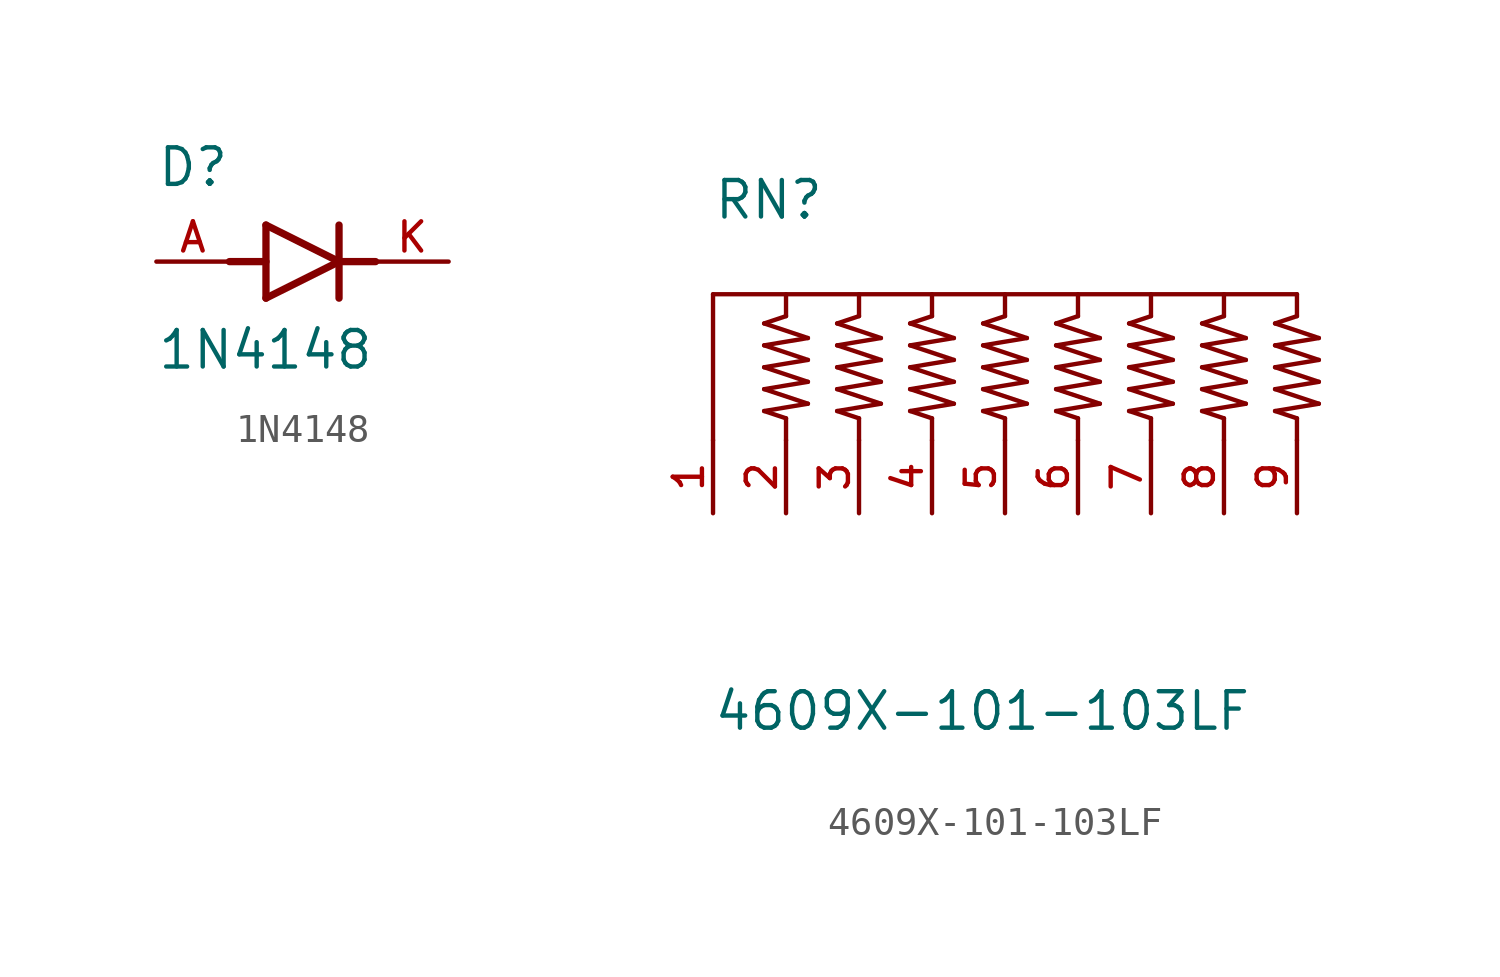
<source format=kicad_sym>
(kicad_symbol_lib
  (version 20211014)
  (generator SamacSys_ECAD_Model)
  (symbol "1N4148"
    (pin_names
      (offset 1.016))
    (property "Reference" "D"
      (at -5.08 2.54 0)
      (effects (font (size 1.27 1.27)) (justify left bottom)))
    (property "Value" "1N4148"
      (at -5.08 -3.81 0)
      (effects (font (size 1.27 1.27)) (justify left bottom)))
    (symbol "1N4148_0_0"
      (polyline (pts (xy -2.54 0) (xy -1.27 0)) (stroke (width 0.254) (type default)) (fill (type none)))
      (polyline (pts (xy -1.27 1.27) (xy -1.27 -1.27)) (stroke (width 0.254) (type default)) (fill (type none)))
      (polyline (pts (xy -1.27 -1.27) (xy 1.27 0)) (stroke (width 0.254) (type default)) (fill (type none)))
      (polyline (pts (xy 1.27 1.27) (xy 1.27 -1.27)) (stroke (width 0.254) (type default)) (fill (type none)))
      (polyline (pts (xy 1.27 0) (xy -1.27 1.27)) (stroke (width 0.254) (type default)) (fill (type none)))
      (polyline (pts (xy 1.27 0) (xy 2.54 0)) (stroke (width 0.254) (type default)) (fill (type none)))
      (pin passive line (at -5.08 0 0) (length 2.54) (name "~" (effects (font (size 1.016 1.016)))) (number "A" (effects (font (size 1.016 1.016)))))
      (pin passive line (at 5.08 0 180) (length 2.54) (name "~" (effects (font (size 1.016 1.016)))) (number "K" (effects (font (size 1.016 1.016)))))))
  (symbol "4609X-101-103LF"
    (pin_names
      (offset 1.016))
    (property "Reference" "RN"
      (at -10.164 7.622 0)
      (effects (font (size 1.27 1.27)) (justify left bottom)))
    (property "Value" "4609X-101-103LF"
      (at -10.17 -10.167 0)
      (effects (font (size 1.27 1.27)) (justify left bottom)))
    (symbol "4609X-101-103LF_0_0"
      (polyline (pts (xy -10.16 5.08) (xy 10.16 5.08)) (stroke (width 0.152) (type default)) (fill (type none)))
      (polyline (pts (xy -10.16 0) (xy -10.16 5.08)) (stroke (width 0.152) (type default)) (fill (type none)))
      (polyline (pts (xy -8.382 4.064) (xy -7.62 4.318)) (stroke (width 0.152) (type default)) (fill (type none)))
      (polyline (pts (xy -8.382 3.302) (xy -6.858 2.794)) (stroke (width 0.152) (type default)) (fill (type none)))
      (polyline (pts (xy -8.382 2.54) (xy -6.858 2.032)) (stroke (width 0.152) (type default)) (fill (type none)))
      (polyline (pts (xy -8.382 1.778) (xy -6.858 1.27)) (stroke (width 0.152) (type default)) (fill (type none)))
      (polyline (pts (xy -8.382 1.016) (xy -7.62 0.762)) (stroke (width 0.152) (type default)) (fill (type none)))
      (polyline (pts (xy -7.62 5.08) (xy -7.62 4.318)) (stroke (width 0.152) (type default)) (fill (type none)))
      (polyline (pts (xy -7.62 0.762) (xy -7.62 0)) (stroke (width 0.152) (type default)) (fill (type none)))
      (polyline (pts (xy -6.858 3.556) (xy -8.382 4.064)) (stroke (width 0.152) (type default)) (fill (type none)))
      (polyline (pts (xy -6.858 3.556) (xy -8.382 3.302)) (stroke (width 0.152) (type default)) (fill (type none)))
      (polyline (pts (xy -6.858 2.794) (xy -8.382 2.54)) (stroke (width 0.152) (type default)) (fill (type none)))
      (polyline (pts (xy -6.858 2.032) (xy -8.382 1.778)) (stroke (width 0.152) (type default)) (fill (type none)))
      (polyline (pts (xy -6.858 1.27) (xy -8.382 1.016)) (stroke (width 0.152) (type default)) (fill (type none)))
      (polyline (pts (xy -5.842 4.064) (xy -5.08 4.318)) (stroke (width 0.152) (type default)) (fill (type none)))
      (polyline (pts (xy -5.842 3.302) (xy -4.318 2.794)) (stroke (width 0.152) (type default)) (fill (type none)))
      (polyline (pts (xy -5.842 2.54) (xy -4.318 2.032)) (stroke (width 0.152) (type default)) (fill (type none)))
      (polyline (pts (xy -5.842 1.778) (xy -4.318 1.27)) (stroke (width 0.152) (type default)) (fill (type none)))
      (polyline (pts (xy -5.842 1.016) (xy -5.08 0.762)) (stroke (width 0.152) (type default)) (fill (type none)))
      (polyline (pts (xy -5.08 5.08) (xy -5.08 4.318)) (stroke (width 0.152) (type default)) (fill (type none)))
      (polyline (pts (xy -5.08 0.762) (xy -5.08 0)) (stroke (width 0.152) (type default)) (fill (type none)))
      (polyline (pts (xy -4.318 3.556) (xy -5.842 4.064)) (stroke (width 0.152) (type default)) (fill (type none)))
      (polyline (pts (xy -4.318 3.556) (xy -5.842 3.302)) (stroke (width 0.152) (type default)) (fill (type none)))
      (polyline (pts (xy -4.318 2.794) (xy -5.842 2.54)) (stroke (width 0.152) (type default)) (fill (type none)))
      (polyline (pts (xy -4.318 2.032) (xy -5.842 1.778)) (stroke (width 0.152) (type default)) (fill (type none)))
      (polyline (pts (xy -4.318 1.27) (xy -5.842 1.016)) (stroke (width 0.152) (type default)) (fill (type none)))
      (polyline (pts (xy -3.302 4.064) (xy -2.54 4.318)) (stroke (width 0.152) (type default)) (fill (type none)))
      (polyline (pts (xy -3.302 3.302) (xy -1.778 2.794)) (stroke (width 0.152) (type default)) (fill (type none)))
      (polyline (pts (xy -3.302 2.54) (xy -1.778 2.032)) (stroke (width 0.152) (type default)) (fill (type none)))
      (polyline (pts (xy -3.302 1.778) (xy -1.778 1.27)) (stroke (width 0.152) (type default)) (fill (type none)))
      (polyline (pts (xy -3.302 1.016) (xy -2.54 0.762)) (stroke (width 0.152) (type default)) (fill (type none)))
      (polyline (pts (xy -2.54 5.08) (xy -2.54 4.318)) (stroke (width 0.152) (type default)) (fill (type none)))
      (polyline (pts (xy -2.54 0.762) (xy -2.54 0)) (stroke (width 0.152) (type default)) (fill (type none)))
      (polyline (pts (xy -1.778 3.556) (xy -3.302 4.064)) (stroke (width 0.152) (type default)) (fill (type none)))
      (polyline (pts (xy -1.778 3.556) (xy -3.302 3.302)) (stroke (width 0.152) (type default)) (fill (type none)))
      (polyline (pts (xy -1.778 2.794) (xy -3.302 2.54)) (stroke (width 0.152) (type default)) (fill (type none)))
      (polyline (pts (xy -1.778 2.032) (xy -3.302 1.778)) (stroke (width 0.152) (type default)) (fill (type none)))
      (polyline (pts (xy -1.778 1.27) (xy -3.302 1.016)) (stroke (width 0.152) (type default)) (fill (type none)))
      (polyline (pts (xy -0.762 4.064) (xy 0 4.318)) (stroke (width 0.152) (type default)) (fill (type none)))
      (polyline (pts (xy -0.762 3.302) (xy 0.762 2.794)) (stroke (width 0.152) (type default)) (fill (type none)))
      (polyline (pts (xy -0.762 2.54) (xy 0.762 2.032)) (stroke (width 0.152) (type default)) (fill (type none)))
      (polyline (pts (xy -0.762 1.778) (xy 0.762 1.27)) (stroke (width 0.152) (type default)) (fill (type none)))
      (polyline (pts (xy -0.762 1.016) (xy 0 0.762)) (stroke (width 0.152) (type default)) (fill (type none)))
      (polyline (pts (xy 0 5.08) (xy 0 4.318)) (stroke (width 0.152) (type default)) (fill (type none)))
      (polyline (pts (xy 0 0.762) (xy 0 0)) (stroke (width 0.152) (type default)) (fill (type none)))
      (polyline (pts (xy 0.762 3.556) (xy -0.762 4.064)) (stroke (width 0.152) (type default)) (fill (type none)))
      (polyline (pts (xy 0.762 3.556) (xy -0.762 3.302)) (stroke (width 0.152) (type default)) (fill (type none)))
      (polyline (pts (xy 0.762 2.794) (xy -0.762 2.54)) (stroke (width 0.152) (type default)) (fill (type none)))
      (polyline (pts (xy 0.762 2.032) (xy -0.762 1.778)) (stroke (width 0.152) (type default)) (fill (type none)))
      (polyline (pts (xy 0.762 1.27) (xy -0.762 1.016)) (stroke (width 0.152) (type default)) (fill (type none)))
      (polyline (pts (xy 1.778 4.064) (xy 2.54 4.318)) (stroke (width 0.152) (type default)) (fill (type none)))
      (polyline (pts (xy 1.778 3.302) (xy 3.302 2.794)) (stroke (width 0.152) (type default)) (fill (type none)))
      (polyline (pts (xy 1.778 2.54) (xy 3.302 2.032)) (stroke (width 0.152) (type default)) (fill (type none)))
      (polyline (pts (xy 1.778 1.778) (xy 3.302 1.27)) (stroke (width 0.152) (type default)) (fill (type none)))
      (polyline (pts (xy 1.778 1.016) (xy 2.54 0.762)) (stroke (width 0.152) (type default)) (fill (type none)))
      (polyline (pts (xy 2.54 5.08) (xy 2.54 4.318)) (stroke (width 0.152) (type default)) (fill (type none)))
      (polyline (pts (xy 2.54 0.762) (xy 2.54 0)) (stroke (width 0.152) (type default)) (fill (type none)))
      (polyline (pts (xy 3.302 3.556) (xy 1.778 4.064)) (stroke (width 0.152) (type default)) (fill (type none)))
      (polyline (pts (xy 3.302 3.556) (xy 1.778 3.302)) (stroke (width 0.152) (type default)) (fill (type none)))
      (polyline (pts (xy 3.302 2.794) (xy 1.778 2.54)) (stroke (width 0.152) (type default)) (fill (type none)))
      (polyline (pts (xy 3.302 2.032) (xy 1.778 1.778)) (stroke (width 0.152) (type default)) (fill (type none)))
      (polyline (pts (xy 3.302 1.27) (xy 1.778 1.016)) (stroke (width 0.152) (type default)) (fill (type none)))
      (polyline (pts (xy 4.318 4.064) (xy 5.08 4.318)) (stroke (width 0.152) (type default)) (fill (type none)))
      (polyline (pts (xy 4.318 3.302) (xy 5.842 2.794)) (stroke (width 0.152) (type default)) (fill (type none)))
      (polyline (pts (xy 4.318 2.54) (xy 5.842 2.032)) (stroke (width 0.152) (type default)) (fill (type none)))
      (polyline (pts (xy 4.318 1.778) (xy 5.842 1.27)) (stroke (width 0.152) (type default)) (fill (type none)))
      (polyline (pts (xy 4.318 1.016) (xy 5.08 0.762)) (stroke (width 0.152) (type default)) (fill (type none)))
      (polyline (pts (xy 5.08 5.08) (xy 5.08 4.318)) (stroke (width 0.152) (type default)) (fill (type none)))
      (polyline (pts (xy 5.08 0.762) (xy 5.08 0)) (stroke (width 0.152) (type default)) (fill (type none)))
      (polyline (pts (xy 5.842 3.556) (xy 4.318 4.064)) (stroke (width 0.152) (type default)) (fill (type none)))
      (polyline (pts (xy 5.842 3.556) (xy 4.318 3.302)) (stroke (width 0.152) (type default)) (fill (type none)))
      (polyline (pts (xy 5.842 2.794) (xy 4.318 2.54)) (stroke (width 0.152) (type default)) (fill (type none)))
      (polyline (pts (xy 5.842 2.032) (xy 4.318 1.778)) (stroke (width 0.152) (type default)) (fill (type none)))
      (polyline (pts (xy 5.842 1.27) (xy 4.318 1.016)) (stroke (width 0.152) (type default)) (fill (type none)))
      (polyline (pts (xy 6.858 4.064) (xy 7.62 4.318)) (stroke (width 0.152) (type default)) (fill (type none)))
      (polyline (pts (xy 6.858 3.302) (xy 8.382 2.794)) (stroke (width 0.152) (type default)) (fill (type none)))
      (polyline (pts (xy 6.858 2.54) (xy 8.382 2.032)) (stroke (width 0.152) (type default)) (fill (type none)))
      (polyline (pts (xy 6.858 1.778) (xy 8.382 1.27)) (stroke (width 0.152) (type default)) (fill (type none)))
      (polyline (pts (xy 6.858 1.016) (xy 7.62 0.762)) (stroke (width 0.152) (type default)) (fill (type none)))
      (polyline (pts (xy 7.62 5.08) (xy 7.62 4.318)) (stroke (width 0.152) (type default)) (fill (type none)))
      (polyline (pts (xy 7.62 0.762) (xy 7.62 0)) (stroke (width 0.152) (type default)) (fill (type none)))
      (polyline (pts (xy 8.382 3.556) (xy 6.858 4.064)) (stroke (width 0.152) (type default)) (fill (type none)))
      (polyline (pts (xy 8.382 3.556) (xy 6.858 3.302)) (stroke (width 0.152) (type default)) (fill (type none)))
      (polyline (pts (xy 8.382 2.794) (xy 6.858 2.54)) (stroke (width 0.152) (type default)) (fill (type none)))
      (polyline (pts (xy 8.382 2.032) (xy 6.858 1.778)) (stroke (width 0.152) (type default)) (fill (type none)))
      (polyline (pts (xy 8.382 1.27) (xy 6.858 1.016)) (stroke (width 0.152) (type default)) (fill (type none)))
      (polyline (pts (xy 9.398 4.064) (xy 10.16 4.318)) (stroke (width 0.152) (type default)) (fill (type none)))
      (polyline (pts (xy 9.398 3.302) (xy 10.922 2.794)) (stroke (width 0.152) (type default)) (fill (type none)))
      (polyline (pts (xy 9.398 2.54) (xy 10.922 2.032)) (stroke (width 0.152) (type default)) (fill (type none)))
      (polyline (pts (xy 9.398 1.778) (xy 10.922 1.27)) (stroke (width 0.152) (type default)) (fill (type none)))
      (polyline (pts (xy 9.398 1.016) (xy 10.16 0.762)) (stroke (width 0.152) (type default)) (fill (type none)))
      (polyline (pts (xy 10.16 5.08) (xy 10.16 4.318)) (stroke (width 0.152) (type default)) (fill (type none)))
      (polyline (pts (xy 10.16 0.762) (xy 10.16 0)) (stroke (width 0.152) (type default)) (fill (type none)))
      (polyline (pts (xy 10.922 3.556) (xy 9.398 4.064)) (stroke (width 0.152) (type default)) (fill (type none)))
      (polyline (pts (xy 10.922 3.556) (xy 9.398 3.302)) (stroke (width 0.152) (type default)) (fill (type none)))
      (polyline (pts (xy 10.922 2.794) (xy 9.398 2.54)) (stroke (width 0.152) (type default)) (fill (type none)))
      (polyline (pts (xy 10.922 2.032) (xy 9.398 1.778)) (stroke (width 0.152) (type default)) (fill (type none)))
      (polyline (pts (xy 10.922 1.27) (xy 9.398 1.016)) (stroke (width 0.152) (type default)) (fill (type none)))
      (pin passive line (at -10.16 -2.54 90) (length 2.54) (name "~" (effects (font (size 1.016 1.016)))) (number "1" (effects (font (size 1.016 1.016)))))
      (pin passive line (at -7.62 -2.54 90) (length 2.54) (name "~" (effects (font (size 1.016 1.016)))) (number "2" (effects (font (size 1.016 1.016)))))
      (pin passive line (at -5.08 -2.54 90) (length 2.54) (name "~" (effects (font (size 1.016 1.016)))) (number "3" (effects (font (size 1.016 1.016)))))
      (pin passive line (at -2.54 -2.54 90) (length 2.54) (name "~" (effects (font (size 1.016 1.016)))) (number "4" (effects (font (size 1.016 1.016)))))
      (pin passive line (at 0 -2.54 90) (length 2.54) (name "~" (effects (font (size 1.016 1.016)))) (number "5" (effects (font (size 1.016 1.016)))))
      (pin passive line (at 2.54 -2.54 90) (length 2.54) (name "~" (effects (font (size 1.016 1.016)))) (number "6" (effects (font (size 1.016 1.016)))))
      (pin passive line (at 5.08 -2.54 90) (length 2.54) (name "~" (effects (font (size 1.016 1.016)))) (number "7" (effects (font (size 1.016 1.016)))))
      (pin passive line (at 7.62 -2.54 90) (length 2.54) (name "~" (effects (font (size 1.016 1.016)))) (number "8" (effects (font (size 1.016 1.016)))))
      (pin passive line (at 10.16 -2.54 90) (length 2.54) (name "~" (effects (font (size 1.016 1.016)))) (number "9" (effects (font (size 1.016 1.016))))))))
</source>
